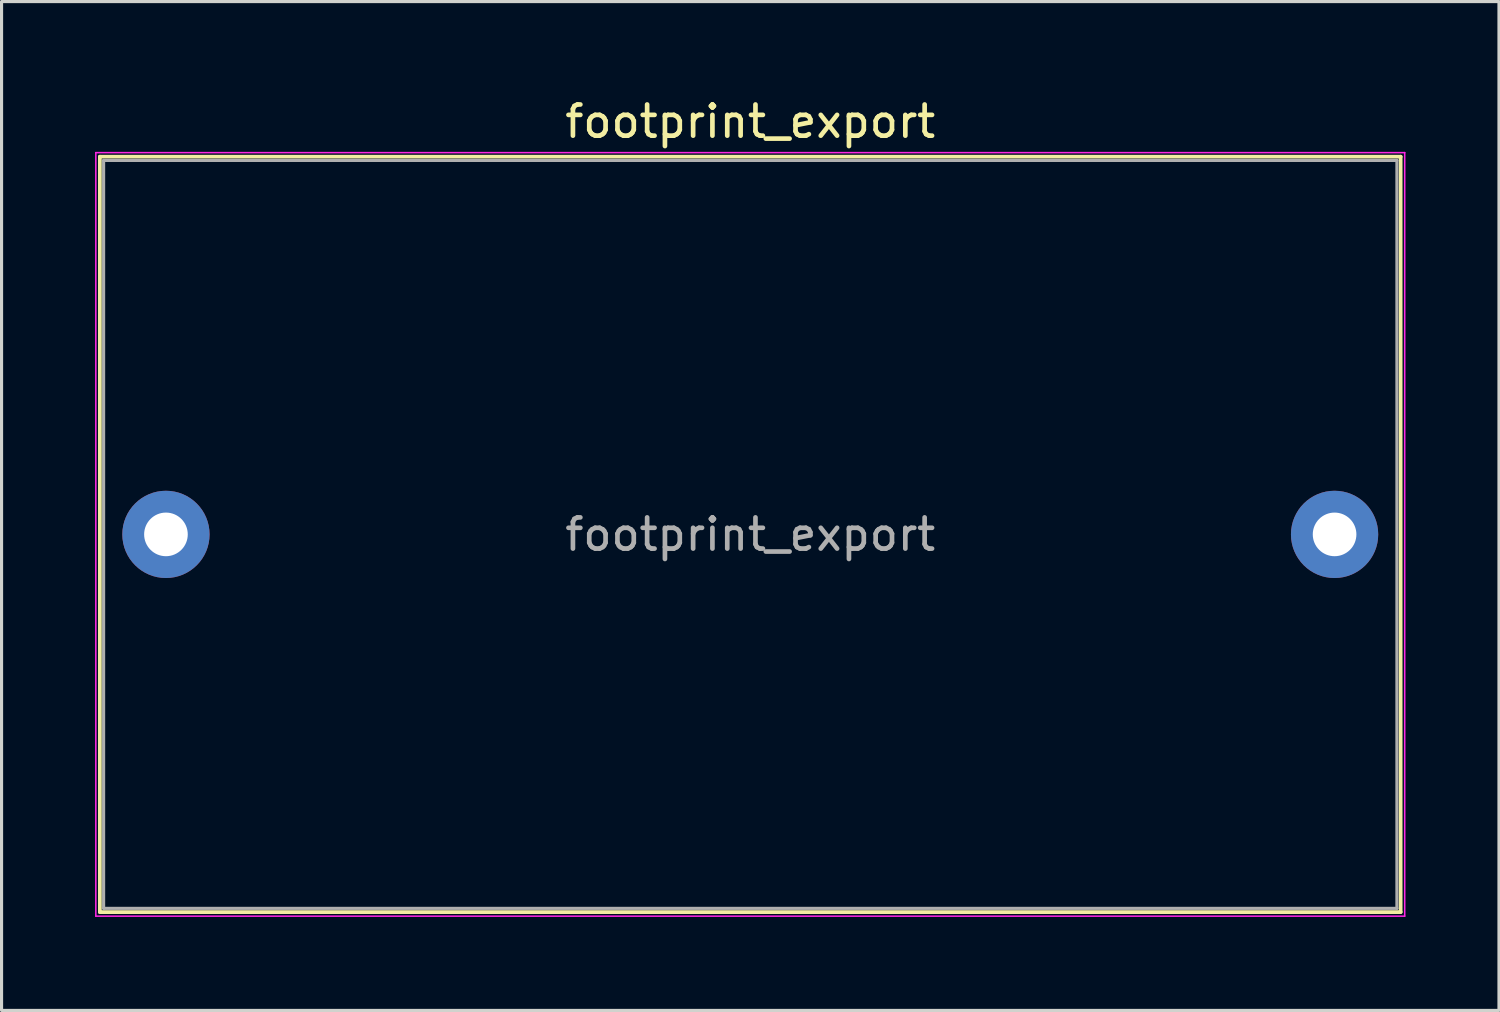
<source format=kicad_pcb>
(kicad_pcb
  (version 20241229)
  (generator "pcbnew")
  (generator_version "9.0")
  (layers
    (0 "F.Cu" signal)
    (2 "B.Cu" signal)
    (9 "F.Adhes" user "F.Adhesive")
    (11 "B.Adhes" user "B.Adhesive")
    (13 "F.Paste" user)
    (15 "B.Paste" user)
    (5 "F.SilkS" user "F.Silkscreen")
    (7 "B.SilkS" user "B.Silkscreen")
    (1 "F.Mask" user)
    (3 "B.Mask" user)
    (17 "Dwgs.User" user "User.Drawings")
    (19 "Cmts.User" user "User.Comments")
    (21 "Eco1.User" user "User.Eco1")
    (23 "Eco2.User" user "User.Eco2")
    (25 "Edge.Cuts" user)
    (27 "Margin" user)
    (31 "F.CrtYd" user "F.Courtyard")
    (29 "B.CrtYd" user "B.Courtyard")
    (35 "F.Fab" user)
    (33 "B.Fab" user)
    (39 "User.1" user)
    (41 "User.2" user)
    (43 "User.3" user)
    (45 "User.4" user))
  (footprint "footprint_export"
    (layer "F.Cu")
    (at 2.275 14.098)
    (property "Reference" "footprint_export" (at 18.75 -13.25 0) (layer "F.SilkS") (effects (font (size 1 1) (thickness 0.15))))
    (attr through_hole)
    (fp_line (start -2.12 -12.12) (end -2.12 12.12) (stroke (width 0.12) (type solid)) (layer "F.SilkS"))
    (fp_line (start -2.12 -12.12) (end 39.62 -12.12) (stroke (width 0.12) (type solid)) (layer "F.SilkS"))
    (fp_line (start -2.12 12.12) (end 39.62 12.12) (stroke (width 0.12) (type solid)) (layer "F.SilkS"))
    (fp_line (start 39.62 -12.12) (end 39.62 12.12) (stroke (width 0.12) (type solid)) (layer "F.SilkS"))
    (fp_line (start -2.25 -12.25) (end -2.25 12.25) (stroke (width 0.05) (type solid)) (layer "F.CrtYd"))
    (fp_line (start -2.25 12.25) (end 39.75 12.25) (stroke (width 0.05) (type solid)) (layer "F.CrtYd"))
    (fp_line (start 39.75 -12.25) (end -2.25 -12.25) (stroke (width 0.05) (type solid)) (layer "F.CrtYd"))
    (fp_line (start 39.75 12.25) (end 39.75 -12.25) (stroke (width 0.05) (type solid)) (layer "F.CrtYd"))
    (fp_line (start -2 -12) (end -2 12) (stroke (width 0.1) (type solid)) (layer "F.Fab"))
    (fp_line (start -2 12) (end 39.5 12) (stroke (width 0.1) (type solid)) (layer "F.Fab"))
    (fp_line (start 39.5 -12) (end -2 -12) (stroke (width 0.1) (type solid)) (layer "F.Fab"))
    (fp_line (start 39.5 12) (end 39.5 -12) (stroke (width 0.1) (type solid)) (layer "F.Fab"))
    (fp_text user "${REFERENCE}" (at 18.75 0 0) (layer "F.Fab") (effects (font (size 1 1) (thickness 0.15))))
    (pad "1" thru_hole circle (at 0 0) (size 2.8 2.8) (drill 1.4) (layers "*.Cu" "*.Mask"))
    (pad "2" thru_hole circle (at 37.5 0) (size 2.8 2.8) (drill 1.4) (layers "*.Cu" "*.Mask")))
  (gr_rect
    (start -3 -3)
    (end 45.05 29.373)
    (stroke (width 0.1) (type default))
    (fill no)
    (layer "Edge.Cuts")))
</source>
